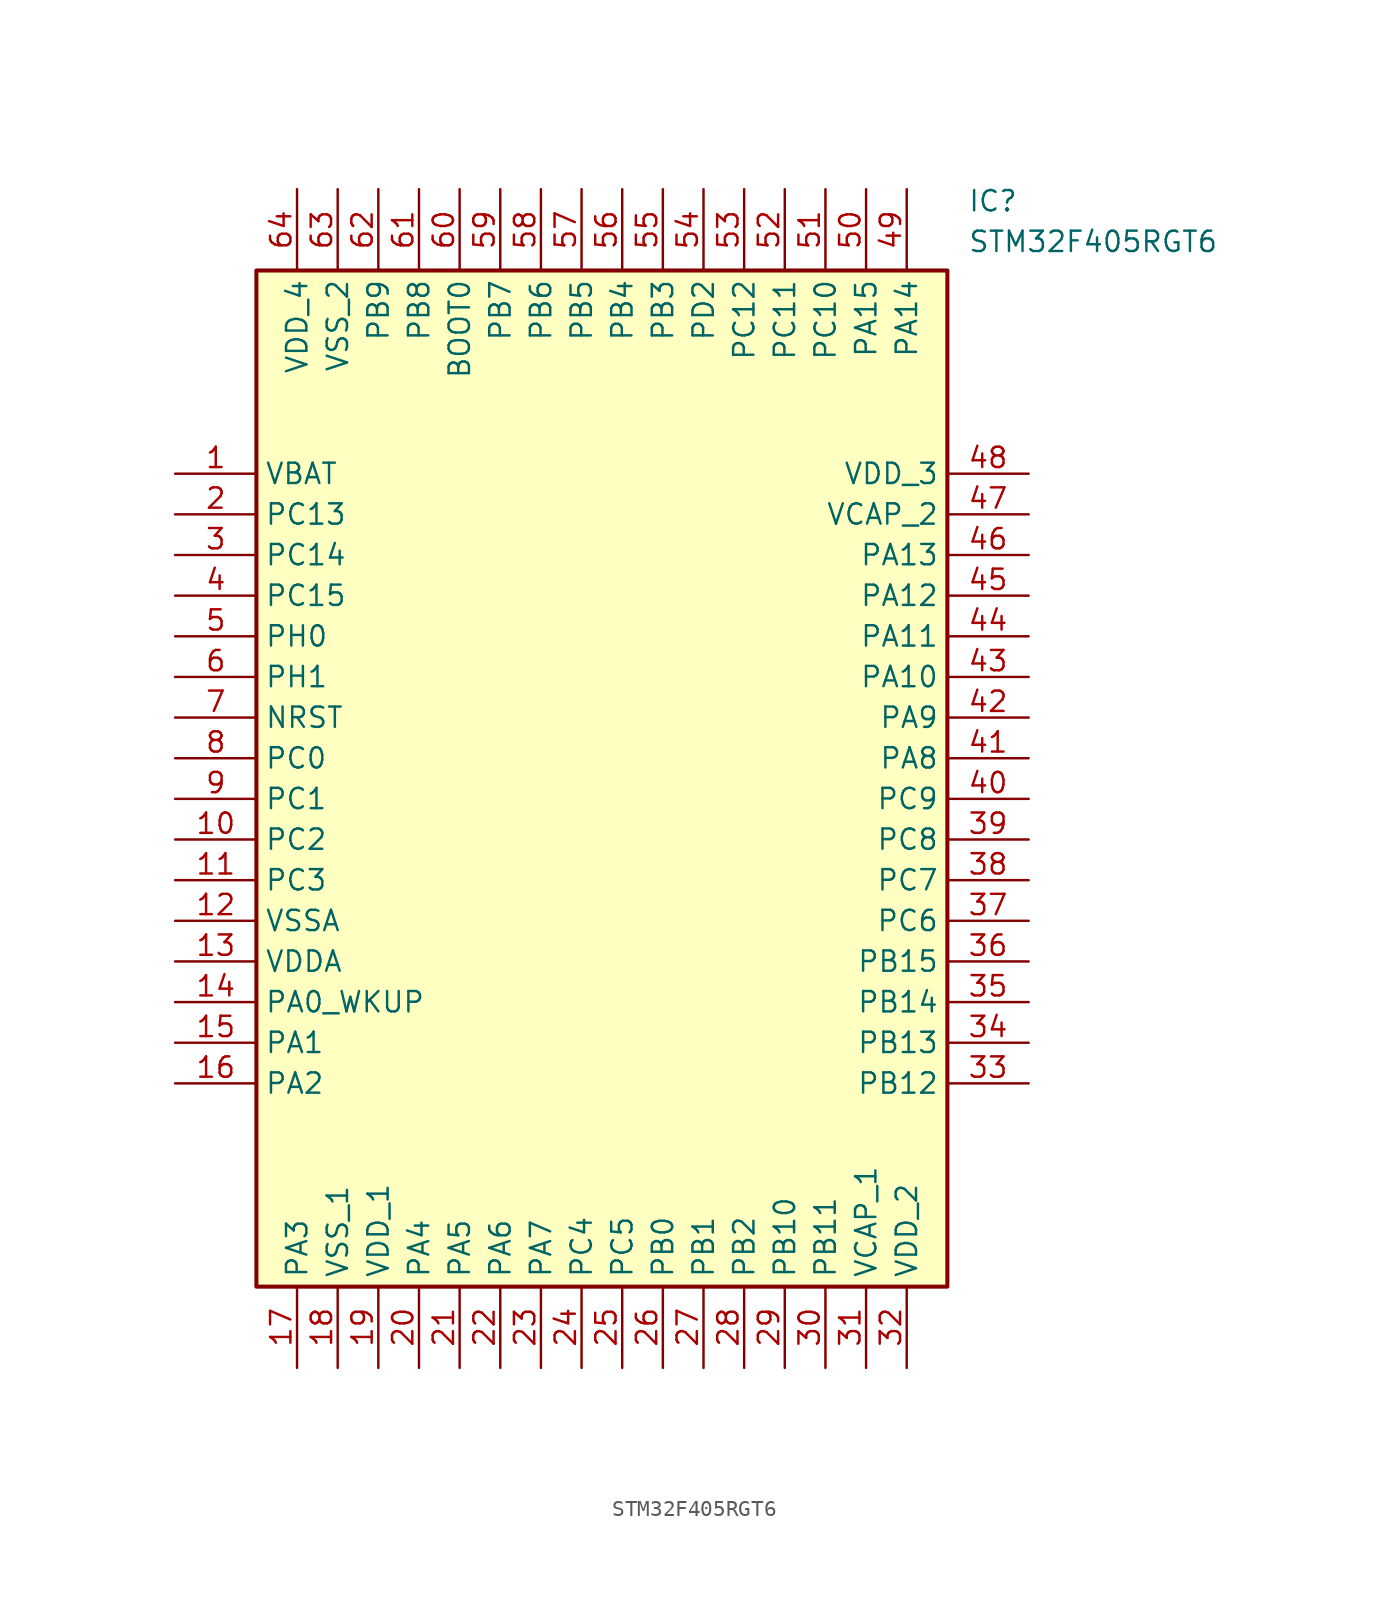
<source format=kicad_sym>
(kicad_symbol_lib
  (version 20211014)
  (generator SamacSys_ECAD_Model)
  (symbol "STM32F405RGT6"
    (property "Reference" "IC"
      (at 49.53 17.78 0)
      (effects (font (size 1.27 1.27)) (justify left top)))
    (property "Value" "STM32F405RGT6"
      (at 49.53 15.24 0)
      (effects (font (size 1.27 1.27)) (justify left top)))
    (rectangle
      (start 5.08 12.7)
      (end 48.26 -50.8)
      (stroke (width 0.254) (type default))
      (fill (type background)))
    (pin passive line
      (at 0 0 0)
      (length 5.08)
      (name "VBAT" (effects (font (size 1.27 1.27))))
      (number "1" (effects (font (size 1.27 1.27)))))
    (pin passive line
      (at 0 -2.54 0)
      (length 5.08)
      (name "PC13" (effects (font (size 1.27 1.27))))
      (number "2" (effects (font (size 1.27 1.27)))))
    (pin passive line
      (at 0 -5.08 0)
      (length 5.08)
      (name "PC14" (effects (font (size 1.27 1.27))))
      (number "3" (effects (font (size 1.27 1.27)))))
    (pin passive line
      (at 0 -7.62 0)
      (length 5.08)
      (name "PC15" (effects (font (size 1.27 1.27))))
      (number "4" (effects (font (size 1.27 1.27)))))
    (pin passive line
      (at 0 -10.16 0)
      (length 5.08)
      (name "PH0" (effects (font (size 1.27 1.27))))
      (number "5" (effects (font (size 1.27 1.27)))))
    (pin passive line
      (at 0 -12.7 0)
      (length 5.08)
      (name "PH1" (effects (font (size 1.27 1.27))))
      (number "6" (effects (font (size 1.27 1.27)))))
    (pin passive line
      (at 0 -15.24 0)
      (length 5.08)
      (name "NRST" (effects (font (size 1.27 1.27))))
      (number "7" (effects (font (size 1.27 1.27)))))
    (pin passive line
      (at 0 -17.78 0)
      (length 5.08)
      (name "PC0" (effects (font (size 1.27 1.27))))
      (number "8" (effects (font (size 1.27 1.27)))))
    (pin passive line
      (at 0 -20.32 0)
      (length 5.08)
      (name "PC1" (effects (font (size 1.27 1.27))))
      (number "9" (effects (font (size 1.27 1.27)))))
    (pin passive line
      (at 0 -22.86 0)
      (length 5.08)
      (name "PC2" (effects (font (size 1.27 1.27))))
      (number "10" (effects (font (size 1.27 1.27)))))
    (pin passive line
      (at 0 -25.4 0)
      (length 5.08)
      (name "PC3" (effects (font (size 1.27 1.27))))
      (number "11" (effects (font (size 1.27 1.27)))))
    (pin passive line
      (at 0 -27.94 0)
      (length 5.08)
      (name "VSSA" (effects (font (size 1.27 1.27))))
      (number "12" (effects (font (size 1.27 1.27)))))
    (pin passive line
      (at 0 -30.48 0)
      (length 5.08)
      (name "VDDA" (effects (font (size 1.27 1.27))))
      (number "13" (effects (font (size 1.27 1.27)))))
    (pin passive line
      (at 0 -33.02 0)
      (length 5.08)
      (name "PA0_WKUP" (effects (font (size 1.27 1.27))))
      (number "14" (effects (font (size 1.27 1.27)))))
    (pin passive line
      (at 0 -35.56 0)
      (length 5.08)
      (name "PA1" (effects (font (size 1.27 1.27))))
      (number "15" (effects (font (size 1.27 1.27)))))
    (pin passive line
      (at 0 -38.1 0)
      (length 5.08)
      (name "PA2" (effects (font (size 1.27 1.27))))
      (number "16" (effects (font (size 1.27 1.27)))))
    (pin passive line
      (at 7.62 -55.88 90)
      (length 5.08)
      (name "PA3" (effects (font (size 1.27 1.27))))
      (number "17" (effects (font (size 1.27 1.27)))))
    (pin passive line
      (at 10.16 -55.88 90)
      (length 5.08)
      (name "VSS_1" (effects (font (size 1.27 1.27))))
      (number "18" (effects (font (size 1.27 1.27)))))
    (pin passive line
      (at 12.7 -55.88 90)
      (length 5.08)
      (name "VDD_1" (effects (font (size 1.27 1.27))))
      (number "19" (effects (font (size 1.27 1.27)))))
    (pin passive line
      (at 15.24 -55.88 90)
      (length 5.08)
      (name "PA4" (effects (font (size 1.27 1.27))))
      (number "20" (effects (font (size 1.27 1.27)))))
    (pin passive line
      (at 17.78 -55.88 90)
      (length 5.08)
      (name "PA5" (effects (font (size 1.27 1.27))))
      (number "21" (effects (font (size 1.27 1.27)))))
    (pin passive line
      (at 20.32 -55.88 90)
      (length 5.08)
      (name "PA6" (effects (font (size 1.27 1.27))))
      (number "22" (effects (font (size 1.27 1.27)))))
    (pin passive line
      (at 22.86 -55.88 90)
      (length 5.08)
      (name "PA7" (effects (font (size 1.27 1.27))))
      (number "23" (effects (font (size 1.27 1.27)))))
    (pin passive line
      (at 25.4 -55.88 90)
      (length 5.08)
      (name "PC4" (effects (font (size 1.27 1.27))))
      (number "24" (effects (font (size 1.27 1.27)))))
    (pin passive line
      (at 27.94 -55.88 90)
      (length 5.08)
      (name "PC5" (effects (font (size 1.27 1.27))))
      (number "25" (effects (font (size 1.27 1.27)))))
    (pin passive line
      (at 30.48 -55.88 90)
      (length 5.08)
      (name "PB0" (effects (font (size 1.27 1.27))))
      (number "26" (effects (font (size 1.27 1.27)))))
    (pin passive line
      (at 33.02 -55.88 90)
      (length 5.08)
      (name "PB1" (effects (font (size 1.27 1.27))))
      (number "27" (effects (font (size 1.27 1.27)))))
    (pin passive line
      (at 35.56 -55.88 90)
      (length 5.08)
      (name "PB2" (effects (font (size 1.27 1.27))))
      (number "28" (effects (font (size 1.27 1.27)))))
    (pin passive line
      (at 38.1 -55.88 90)
      (length 5.08)
      (name "PB10" (effects (font (size 1.27 1.27))))
      (number "29" (effects (font (size 1.27 1.27)))))
    (pin passive line
      (at 40.64 -55.88 90)
      (length 5.08)
      (name "PB11" (effects (font (size 1.27 1.27))))
      (number "30" (effects (font (size 1.27 1.27)))))
    (pin passive line
      (at 43.18 -55.88 90)
      (length 5.08)
      (name "VCAP_1" (effects (font (size 1.27 1.27))))
      (number "31" (effects (font (size 1.27 1.27)))))
    (pin passive line
      (at 45.72 -55.88 90)
      (length 5.08)
      (name "VDD_2" (effects (font (size 1.27 1.27))))
      (number "32" (effects (font (size 1.27 1.27)))))
    (pin passive line
      (at 53.34 0 180)
      (length 5.08)
      (name "VDD_3" (effects (font (size 1.27 1.27))))
      (number "48" (effects (font (size 1.27 1.27)))))
    (pin passive line
      (at 53.34 -2.54 180)
      (length 5.08)
      (name "VCAP_2" (effects (font (size 1.27 1.27))))
      (number "47" (effects (font (size 1.27 1.27)))))
    (pin passive line
      (at 53.34 -5.08 180)
      (length 5.08)
      (name "PA13" (effects (font (size 1.27 1.27))))
      (number "46" (effects (font (size 1.27 1.27)))))
    (pin passive line
      (at 53.34 -7.62 180)
      (length 5.08)
      (name "PA12" (effects (font (size 1.27 1.27))))
      (number "45" (effects (font (size 1.27 1.27)))))
    (pin passive line
      (at 53.34 -10.16 180)
      (length 5.08)
      (name "PA11" (effects (font (size 1.27 1.27))))
      (number "44" (effects (font (size 1.27 1.27)))))
    (pin passive line
      (at 53.34 -12.7 180)
      (length 5.08)
      (name "PA10" (effects (font (size 1.27 1.27))))
      (number "43" (effects (font (size 1.27 1.27)))))
    (pin passive line
      (at 53.34 -15.24 180)
      (length 5.08)
      (name "PA9" (effects (font (size 1.27 1.27))))
      (number "42" (effects (font (size 1.27 1.27)))))
    (pin passive line
      (at 53.34 -17.78 180)
      (length 5.08)
      (name "PA8" (effects (font (size 1.27 1.27))))
      (number "41" (effects (font (size 1.27 1.27)))))
    (pin passive line
      (at 53.34 -20.32 180)
      (length 5.08)
      (name "PC9" (effects (font (size 1.27 1.27))))
      (number "40" (effects (font (size 1.27 1.27)))))
    (pin passive line
      (at 53.34 -22.86 180)
      (length 5.08)
      (name "PC8" (effects (font (size 1.27 1.27))))
      (number "39" (effects (font (size 1.27 1.27)))))
    (pin passive line
      (at 53.34 -25.4 180)
      (length 5.08)
      (name "PC7" (effects (font (size 1.27 1.27))))
      (number "38" (effects (font (size 1.27 1.27)))))
    (pin passive line
      (at 53.34 -27.94 180)
      (length 5.08)
      (name "PC6" (effects (font (size 1.27 1.27))))
      (number "37" (effects (font (size 1.27 1.27)))))
    (pin passive line
      (at 53.34 -30.48 180)
      (length 5.08)
      (name "PB15" (effects (font (size 1.27 1.27))))
      (number "36" (effects (font (size 1.27 1.27)))))
    (pin passive line
      (at 53.34 -33.02 180)
      (length 5.08)
      (name "PB14" (effects (font (size 1.27 1.27))))
      (number "35" (effects (font (size 1.27 1.27)))))
    (pin passive line
      (at 53.34 -35.56 180)
      (length 5.08)
      (name "PB13" (effects (font (size 1.27 1.27))))
      (number "34" (effects (font (size 1.27 1.27)))))
    (pin passive line
      (at 53.34 -38.1 180)
      (length 5.08)
      (name "PB12" (effects (font (size 1.27 1.27))))
      (number "33" (effects (font (size 1.27 1.27)))))
    (pin passive line
      (at 7.62 17.78 270)
      (length 5.08)
      (name "VDD_4" (effects (font (size 1.27 1.27))))
      (number "64" (effects (font (size 1.27 1.27)))))
    (pin passive line
      (at 10.16 17.78 270)
      (length 5.08)
      (name "VSS_2" (effects (font (size 1.27 1.27))))
      (number "63" (effects (font (size 1.27 1.27)))))
    (pin passive line
      (at 12.7 17.78 270)
      (length 5.08)
      (name "PB9" (effects (font (size 1.27 1.27))))
      (number "62" (effects (font (size 1.27 1.27)))))
    (pin passive line
      (at 15.24 17.78 270)
      (length 5.08)
      (name "PB8" (effects (font (size 1.27 1.27))))
      (number "61" (effects (font (size 1.27 1.27)))))
    (pin passive line
      (at 17.78 17.78 270)
      (length 5.08)
      (name "BOOT0" (effects (font (size 1.27 1.27))))
      (number "60" (effects (font (size 1.27 1.27)))))
    (pin passive line
      (at 20.32 17.78 270)
      (length 5.08)
      (name "PB7" (effects (font (size 1.27 1.27))))
      (number "59" (effects (font (size 1.27 1.27)))))
    (pin passive line
      (at 22.86 17.78 270)
      (length 5.08)
      (name "PB6" (effects (font (size 1.27 1.27))))
      (number "58" (effects (font (size 1.27 1.27)))))
    (pin passive line
      (at 25.4 17.78 270)
      (length 5.08)
      (name "PB5" (effects (font (size 1.27 1.27))))
      (number "57" (effects (font (size 1.27 1.27)))))
    (pin passive line
      (at 27.94 17.78 270)
      (length 5.08)
      (name "PB4" (effects (font (size 1.27 1.27))))
      (number "56" (effects (font (size 1.27 1.27)))))
    (pin passive line
      (at 30.48 17.78 270)
      (length 5.08)
      (name "PB3" (effects (font (size 1.27 1.27))))
      (number "55" (effects (font (size 1.27 1.27)))))
    (pin passive line
      (at 33.02 17.78 270)
      (length 5.08)
      (name "PD2" (effects (font (size 1.27 1.27))))
      (number "54" (effects (font (size 1.27 1.27)))))
    (pin passive line
      (at 35.56 17.78 270)
      (length 5.08)
      (name "PC12" (effects (font (size 1.27 1.27))))
      (number "53" (effects (font (size 1.27 1.27)))))
    (pin passive line
      (at 38.1 17.78 270)
      (length 5.08)
      (name "PC11" (effects (font (size 1.27 1.27))))
      (number "52" (effects (font (size 1.27 1.27)))))
    (pin passive line
      (at 40.64 17.78 270)
      (length 5.08)
      (name "PC10" (effects (font (size 1.27 1.27))))
      (number "51" (effects (font (size 1.27 1.27)))))
    (pin passive line
      (at 43.18 17.78 270)
      (length 5.08)
      (name "PA15" (effects (font (size 1.27 1.27))))
      (number "50" (effects (font (size 1.27 1.27)))))
    (pin passive line
      (at 45.72 17.78 270)
      (length 5.08)
      (name "PA14" (effects (font (size 1.27 1.27))))
      (number "49" (effects (font (size 1.27 1.27)))))))
</source>
